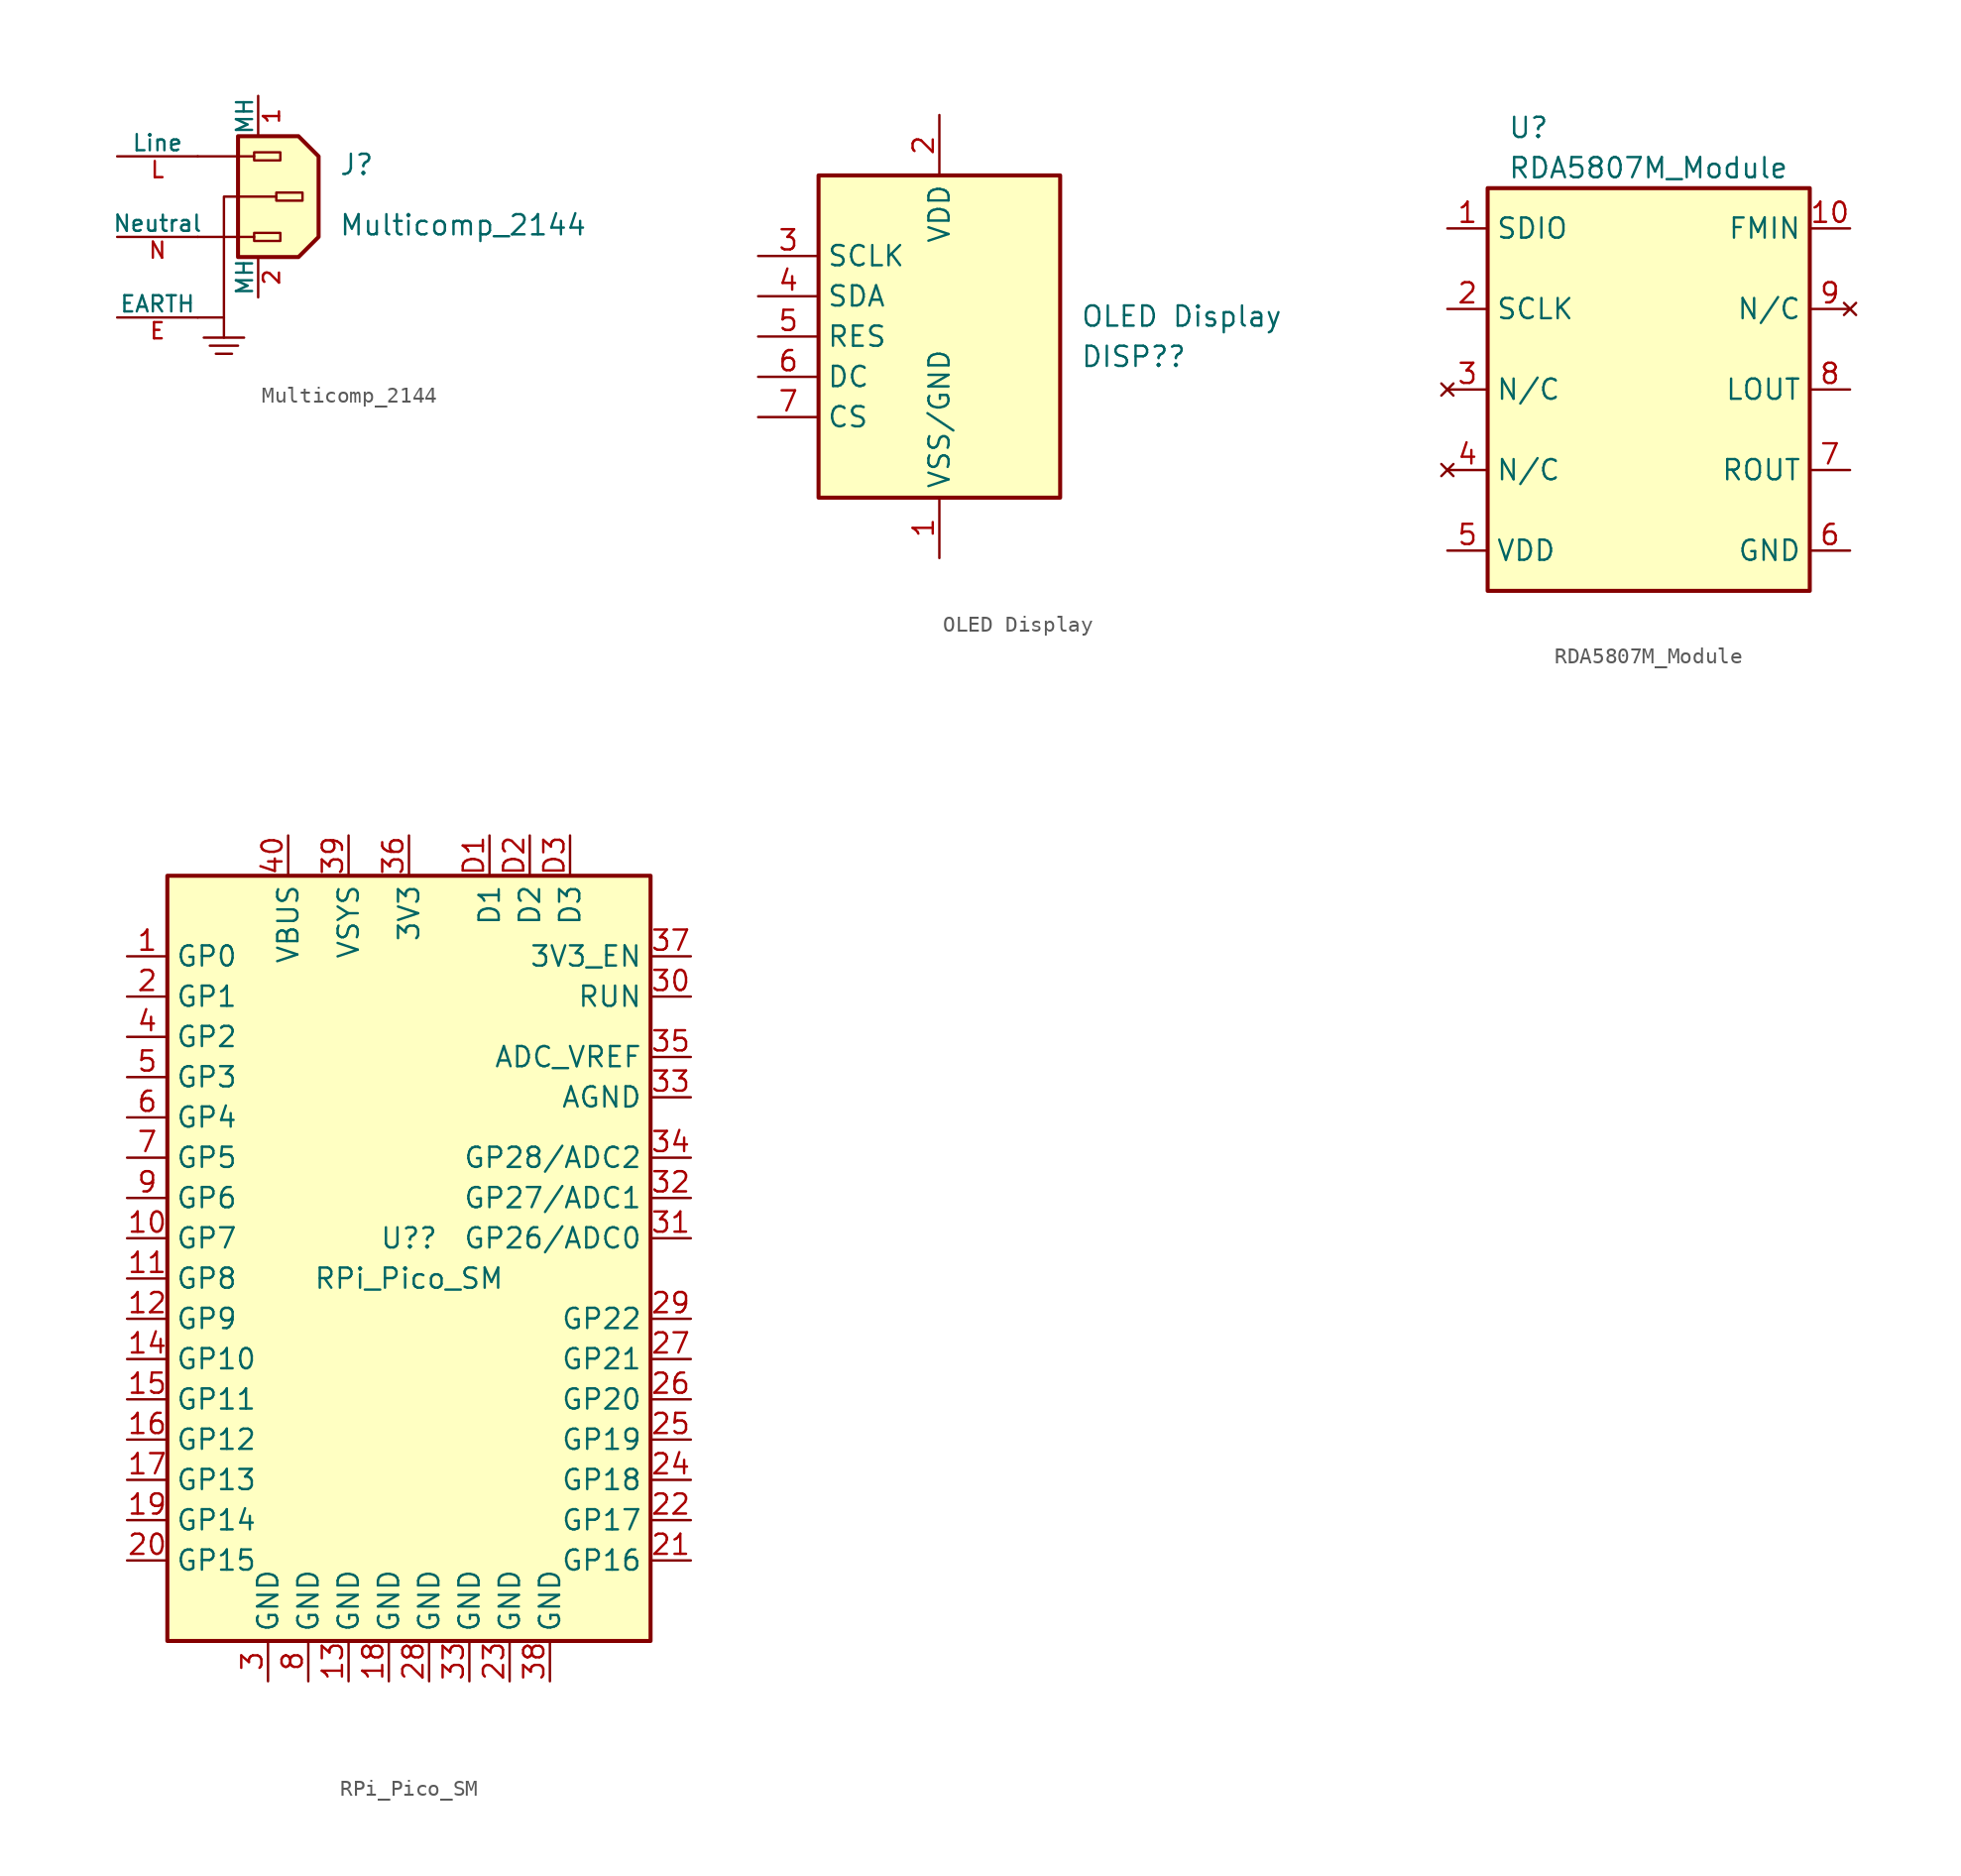
<source format=kicad_sym>
(kicad_symbol_lib
  (version 20220914)
  (generator kicad_symbol_editor)
  (symbol "Multicomp_2144"
    (pin_names
      (offset 0))
    (property "Reference" "J"
      (at 8.89 3.81 0)
      (effects (font (size 1.27 1.27)) (justify left bottom)))
    (property "Value" "Multicomp_2144"
      (at 8.89 0 0)
      (effects (font (size 1.27 1.27)) (justify left bottom)))
    (symbol "Multicomp_2144_0_1"
      (polyline (pts (xy 0.381 -6.35) (xy 2.921 -6.35)) (stroke (width 0) (type default)) (fill (type none)))
      (polyline (pts (xy 1.651 -5.08) (xy 1.651 -6.35)) (stroke (width 0) (type default)) (fill (type none)))
      (polyline (pts (xy 2.159 -7.366) (xy 1.143 -7.366)) (stroke (width 0) (type default)) (fill (type none)))
      (polyline (pts (xy 2.54 -6.858) (xy 0.762 -6.858)) (stroke (width 0) (type default)) (fill (type none)))
      (polyline (pts (xy 3.556 0) (xy 0 0)) (stroke (width 0) (type default)) (fill (type none)))
      (polyline (pts (xy 3.556 5.08) (xy 0 5.08)) (stroke (width 0) (type default)) (fill (type none)))
      (polyline (pts (xy 0 -5.08) (xy 1.651 -5.08) (xy 1.651 2.54) (xy 4.953 2.54)) (stroke (width 0) (type default)) (fill (type none)))
      (polyline (pts (xy 2.54 6.35) (xy 6.35 6.35) (xy 7.62 5.08) (xy 7.62 0) (xy 6.35 -1.27) (xy 2.54 -1.27) (xy 2.54 6.35)) (stroke (width 0.254) (type default)) (fill (type background)))
      (rectangle (start 5.207 -0.254) (end 3.556 0.254) (stroke (width 0) (type default)) (fill (type none)))
      (rectangle (start 5.207 4.826) (end 3.556 5.334) (stroke (width 0) (type default)) (fill (type none)))
      (rectangle (start 6.604 2.286) (end 4.953 2.794) (stroke (width 0) (type default)) (fill (type none))))
    (symbol "Multicomp_2144_1_1"
      (pin passive line (at 3.81 8.89 270) (length 2.54) (name "MH" (effects (font (size 1.016 1.016)))) (number "1" (effects (font (size 1.016 1.016)))))
      (pin passive line (at 3.81 -3.81 90) (length 2.54) (name "MH" (effects (font (size 1.016 1.016)))) (number "2" (effects (font (size 1.016 1.016)))))
      (pin passive line (at -5.08 -5.08 0) (length 5.08) (name "EARTH" (effects (font (size 1.016 1.016)))) (number "E" (effects (font (size 1.016 1.016)))))
      (pin power_in line (at -5.08 5.08 0) (length 5.08) (name "Line" (effects (font (size 1.016 1.016)))) (number "L" (effects (font (size 1.016 1.016)))))
      (pin power_in line (at -5.08 0 0) (length 5.08) (name "Neutral" (effects (font (size 1.016 1.016)))) (number "N" (effects (font (size 1.016 1.016)))))))
  (symbol "OLED Display"
    (property "Reference" "DISP?"
      (at 8.89 -1.27 0)
      (effects (font (size 1.27 1.27)) (justify left)))
    (property "Value" "OLED Display"
      (at 8.89 1.27 0)
      (effects (font (size 1.27 1.27)) (justify left)))
    (symbol "OLED Display_1_1"
      (rectangle (start -7.62 10.16) (end 7.62 -10.16) (stroke (width 0.254) (type default)) (fill (type background)))
      (pin power_in line (at 0 -13.97 90) (length 3.81) (name "VSS/GND" (effects (font (size 1.27 1.27)))) (number "1" (effects (font (size 1.27 1.27)))))
      (pin power_in line (at 0 13.97 270) (length 3.81) (name "VDD" (effects (font (size 1.27 1.27)))) (number "2" (effects (font (size 1.27 1.27)))))
      (pin input line (at -11.43 5.08 0) (length 3.81) (name "SCLK" (effects (font (size 1.27 1.27)))) (number "3" (effects (font (size 1.27 1.27)))))
      (pin output line (at -11.43 2.54 0) (length 3.81) (name "SDA" (effects (font (size 1.27 1.27)))) (number "4" (effects (font (size 1.27 1.27)))))
      (pin input line (at -11.43 0 0) (length 3.81) (name "RES" (effects (font (size 1.27 1.27)))) (number "5" (effects (font (size 1.27 1.27)))))
      (pin input line (at -11.43 -2.54 0) (length 3.81) (name "DC" (effects (font (size 1.27 1.27)))) (number "6" (effects (font (size 1.27 1.27)))))
      (pin input line (at -11.43 -5.08 0) (length 3.81) (name "CS" (effects (font (size 1.27 1.27)))) (number "7" (effects (font (size 1.27 1.27)))))))
  (symbol "RDA5807M_Module"
    (property "Reference" "U"
      (at -8.89 16.51 0)
      (effects (font (size 1.27 1.27)) (justify left)))
    (property "Value" "RDA5807M_Module"
      (at -8.89 13.97 0)
      (effects (font (size 1.27 1.27)) (justify left)))
    (symbol "RDA5807M_Module_0_1"
      (rectangle (start -10.16 12.7) (end 10.16 -12.7) (stroke (width 0.254) (type default)) (fill (type background))))
    (symbol "RDA5807M_Module_1_1"
      (pin bidirectional line (at -12.7 10.16 0) (length 2.54) (name "SDIO" (effects (font (size 1.27 1.27)))) (number "1" (effects (font (size 1.27 1.27)))))
      (pin input line (at 12.7 10.16 180) (length 2.54) (name "FMIN" (effects (font (size 1.27 1.27)))) (number "10" (effects (font (size 1.27 1.27)))))
      (pin input line (at -12.7 5.08 0) (length 2.54) (name "SCLK" (effects (font (size 1.27 1.27)))) (number "2" (effects (font (size 1.27 1.27)))))
      (pin no_connect line (at -12.7 0 0) (length 2.54) (name "N/C" (effects (font (size 1.27 1.27)))) (number "3" (effects (font (size 1.27 1.27)))))
      (pin no_connect line (at -12.7 -5.08 0) (length 2.54) (name "N/C" (effects (font (size 1.27 1.27)))) (number "4" (effects (font (size 1.27 1.27)))))
      (pin power_in line (at -12.7 -10.16 0) (length 2.54) (name "VDD" (effects (font (size 1.27 1.27)))) (number "5" (effects (font (size 1.27 1.27)))))
      (pin power_in line (at 12.7 -10.16 180) (length 2.54) (name "GND" (effects (font (size 1.27 1.27)))) (number "6" (effects (font (size 1.27 1.27)))))
      (pin output line (at 12.7 -5.08 180) (length 2.54) (name "ROUT" (effects (font (size 1.27 1.27)))) (number "7" (effects (font (size 1.27 1.27)))))
      (pin output line (at 12.7 0 180) (length 2.54) (name "LOUT" (effects (font (size 1.27 1.27)))) (number "8" (effects (font (size 1.27 1.27)))))
      (pin no_connect line (at 12.7 5.08 180) (length 2.54) (name "N/C" (effects (font (size 1.27 1.27)))) (number "9" (effects (font (size 1.27 1.27)))))))
  (symbol "RPi_Pico_SM"
    (property "Reference" "U?"
      (at 0 1.27 0)
      (effects (font (size 1.27 1.27))))
    (property "Value" "RPi_Pico_SM"
      (at 0 -1.27 0)
      (effects (font (size 1.27 1.27))))
    (symbol "RPi_Pico_SM_0_1"
      (rectangle (start -15.24 24.13) (end 15.24 -24.13) (stroke (width 0.254) (type default)) (fill (type background))))
    (symbol "RPi_Pico_SM_1_1"
      (pin bidirectional line (at -17.78 19.05 0) (length 2.54) (name "GP0" (effects (font (size 1.27 1.27)))) (number "1" (effects (font (size 1.27 1.27)))))
      (pin bidirectional line (at -17.78 1.27 0) (length 2.54) (name "GP7" (effects (font (size 1.27 1.27)))) (number "10" (effects (font (size 1.27 1.27)))))
      (pin bidirectional line (at -17.78 -1.27 0) (length 2.54) (name "GP8" (effects (font (size 1.27 1.27)))) (number "11" (effects (font (size 1.27 1.27)))))
      (pin bidirectional line (at -17.78 -3.81 0) (length 2.54) (name "GP9" (effects (font (size 1.27 1.27)))) (number "12" (effects (font (size 1.27 1.27)))))
      (pin power_in line (at -3.81 -26.67 90) (length 2.54) (name "GND" (effects (font (size 1.27 1.27)))) (number "13" (effects (font (size 1.27 1.27)))))
      (pin bidirectional line (at -17.78 -6.35 0) (length 2.54) (name "GP10" (effects (font (size 1.27 1.27)))) (number "14" (effects (font (size 1.27 1.27)))))
      (pin bidirectional line (at -17.78 -8.89 0) (length 2.54) (name "GP11" (effects (font (size 1.27 1.27)))) (number "15" (effects (font (size 1.27 1.27)))))
      (pin bidirectional line (at -17.78 -11.43 0) (length 2.54) (name "GP12" (effects (font (size 1.27 1.27)))) (number "16" (effects (font (size 1.27 1.27)))))
      (pin bidirectional line (at -17.78 -13.97 0) (length 2.54) (name "GP13" (effects (font (size 1.27 1.27)))) (number "17" (effects (font (size 1.27 1.27)))))
      (pin power_in line (at -1.27 -26.67 90) (length 2.54) (name "GND" (effects (font (size 1.27 1.27)))) (number "18" (effects (font (size 1.27 1.27)))))
      (pin bidirectional line (at -17.78 -16.51 0) (length 2.54) (name "GP14" (effects (font (size 1.27 1.27)))) (number "19" (effects (font (size 1.27 1.27)))))
      (pin bidirectional line (at -17.78 16.51 0) (length 2.54) (name "GP1" (effects (font (size 1.27 1.27)))) (number "2" (effects (font (size 1.27 1.27)))))
      (pin bidirectional line (at -17.78 -19.05 0) (length 2.54) (name "GP15" (effects (font (size 1.27 1.27)))) (number "20" (effects (font (size 1.27 1.27)))))
      (pin bidirectional line (at 17.78 -19.05 180) (length 2.54) (name "GP16" (effects (font (size 1.27 1.27)))) (number "21" (effects (font (size 1.27 1.27)))))
      (pin bidirectional line (at 17.78 -16.51 180) (length 2.54) (name "GP17" (effects (font (size 1.27 1.27)))) (number "22" (effects (font (size 1.27 1.27)))))
      (pin power_in line (at 6.35 -26.67 90) (length 2.54) (name "GND" (effects (font (size 1.27 1.27)))) (number "23" (effects (font (size 1.27 1.27)))))
      (pin bidirectional line (at 17.78 -13.97 180) (length 2.54) (name "GP18" (effects (font (size 1.27 1.27)))) (number "24" (effects (font (size 1.27 1.27)))))
      (pin bidirectional line (at 17.78 -11.43 180) (length 2.54) (name "GP19" (effects (font (size 1.27 1.27)))) (number "25" (effects (font (size 1.27 1.27)))))
      (pin bidirectional line (at 17.78 -8.89 180) (length 2.54) (name "GP20" (effects (font (size 1.27 1.27)))) (number "26" (effects (font (size 1.27 1.27)))))
      (pin bidirectional line (at 17.78 -6.35 180) (length 2.54) (name "GP21" (effects (font (size 1.27 1.27)))) (number "27" (effects (font (size 1.27 1.27)))))
      (pin power_in line (at 1.27 -26.67 90) (length 2.54) (name "GND" (effects (font (size 1.27 1.27)))) (number "28" (effects (font (size 1.27 1.27)))))
      (pin bidirectional line (at 17.78 -3.81 180) (length 2.54) (name "GP22" (effects (font (size 1.27 1.27)))) (number "29" (effects (font (size 1.27 1.27)))))
      (pin power_in line (at -8.89 -26.67 90) (length 2.54) (name "GND" (effects (font (size 1.27 1.27)))) (number "3" (effects (font (size 1.27 1.27)))))
      (pin input line (at 17.78 16.51 180) (length 2.54) (name "RUN" (effects (font (size 1.27 1.27)))) (number "30" (effects (font (size 1.27 1.27)))))
      (pin bidirectional line (at 17.78 1.27 180) (length 2.54) (name "GP26/ADC0" (effects (font (size 1.27 1.27)))) (number "31" (effects (font (size 1.27 1.27)))))
      (pin bidirectional line (at 17.78 3.81 180) (length 2.54) (name "GP27/ADC1" (effects (font (size 1.27 1.27)))) (number "32" (effects (font (size 1.27 1.27)))))
      (pin power_in line (at 17.78 10.16 180) (length 2.54) (name "AGND" (effects (font (size 1.27 1.27)))) (number "33" (effects (font (size 1.27 1.27)))))
      (pin power_in line (at 3.81 -26.67 90) (length 2.54) (name "GND" (effects (font (size 1.27 1.27)))) (number "33" (effects (font (size 1.27 1.27)))))
      (pin bidirectional line (at 17.78 6.35 180) (length 2.54) (name "GP28/ADC2" (effects (font (size 1.27 1.27)))) (number "34" (effects (font (size 1.27 1.27)))))
      (pin power_in line (at 17.78 12.7 180) (length 2.54) (name "ADC_VREF" (effects (font (size 1.27 1.27)))) (number "35" (effects (font (size 1.27 1.27)))))
      (pin power_out line (at 0 26.67 270) (length 2.54) (name "3V3" (effects (font (size 1.27 1.27)))) (number "36" (effects (font (size 1.27 1.27)))))
      (pin input line (at 17.78 19.05 180) (length 2.54) (name "3V3_EN" (effects (font (size 1.27 1.27)))) (number "37" (effects (font (size 1.27 1.27)))))
      (pin power_in line (at 8.89 -26.67 90) (length 2.54) (name "GND" (effects (font (size 1.27 1.27)))) (number "38" (effects (font (size 1.27 1.27)))))
      (pin power_out line (at -3.81 26.67 270) (length 2.54) (name "VSYS" (effects (font (size 1.27 1.27)))) (number "39" (effects (font (size 1.27 1.27)))))
      (pin bidirectional line (at -17.78 13.97 0) (length 2.54) (name "GP2" (effects (font (size 1.27 1.27)))) (number "4" (effects (font (size 1.27 1.27)))))
      (pin power_in line (at -7.62 26.67 270) (length 2.54) (name "VBUS" (effects (font (size 1.27 1.27)))) (number "40" (effects (font (size 1.27 1.27)))))
      (pin bidirectional line (at -17.78 11.43 0) (length 2.54) (name "GP3" (effects (font (size 1.27 1.27)))) (number "5" (effects (font (size 1.27 1.27)))))
      (pin bidirectional line (at -17.78 8.89 0) (length 2.54) (name "GP4" (effects (font (size 1.27 1.27)))) (number "6" (effects (font (size 1.27 1.27)))))
      (pin bidirectional line (at -17.78 6.35 0) (length 2.54) (name "GP5" (effects (font (size 1.27 1.27)))) (number "7" (effects (font (size 1.27 1.27)))))
      (pin power_in line (at -6.35 -26.67 90) (length 2.54) (name "GND" (effects (font (size 1.27 1.27)))) (number "8" (effects (font (size 1.27 1.27)))))
      (pin bidirectional line (at -17.78 3.81 0) (length 2.54) (name "GP6" (effects (font (size 1.27 1.27)))) (number "9" (effects (font (size 1.27 1.27)))))
      (pin bidirectional line (at 5.08 26.67 270) (length 2.54) (name "D1" (effects (font (size 1.27 1.27)))) (number "D1" (effects (font (size 1.27 1.27)))))
      (pin bidirectional line (at 7.62 26.67 270) (length 2.54) (name "D2" (effects (font (size 1.27 1.27)))) (number "D2" (effects (font (size 1.27 1.27)))))
      (pin bidirectional line (at 10.16 26.67 270) (length 2.54) (name "D3" (effects (font (size 1.27 1.27)))) (number "D3" (effects (font (size 1.27 1.27))))))))
</source>
